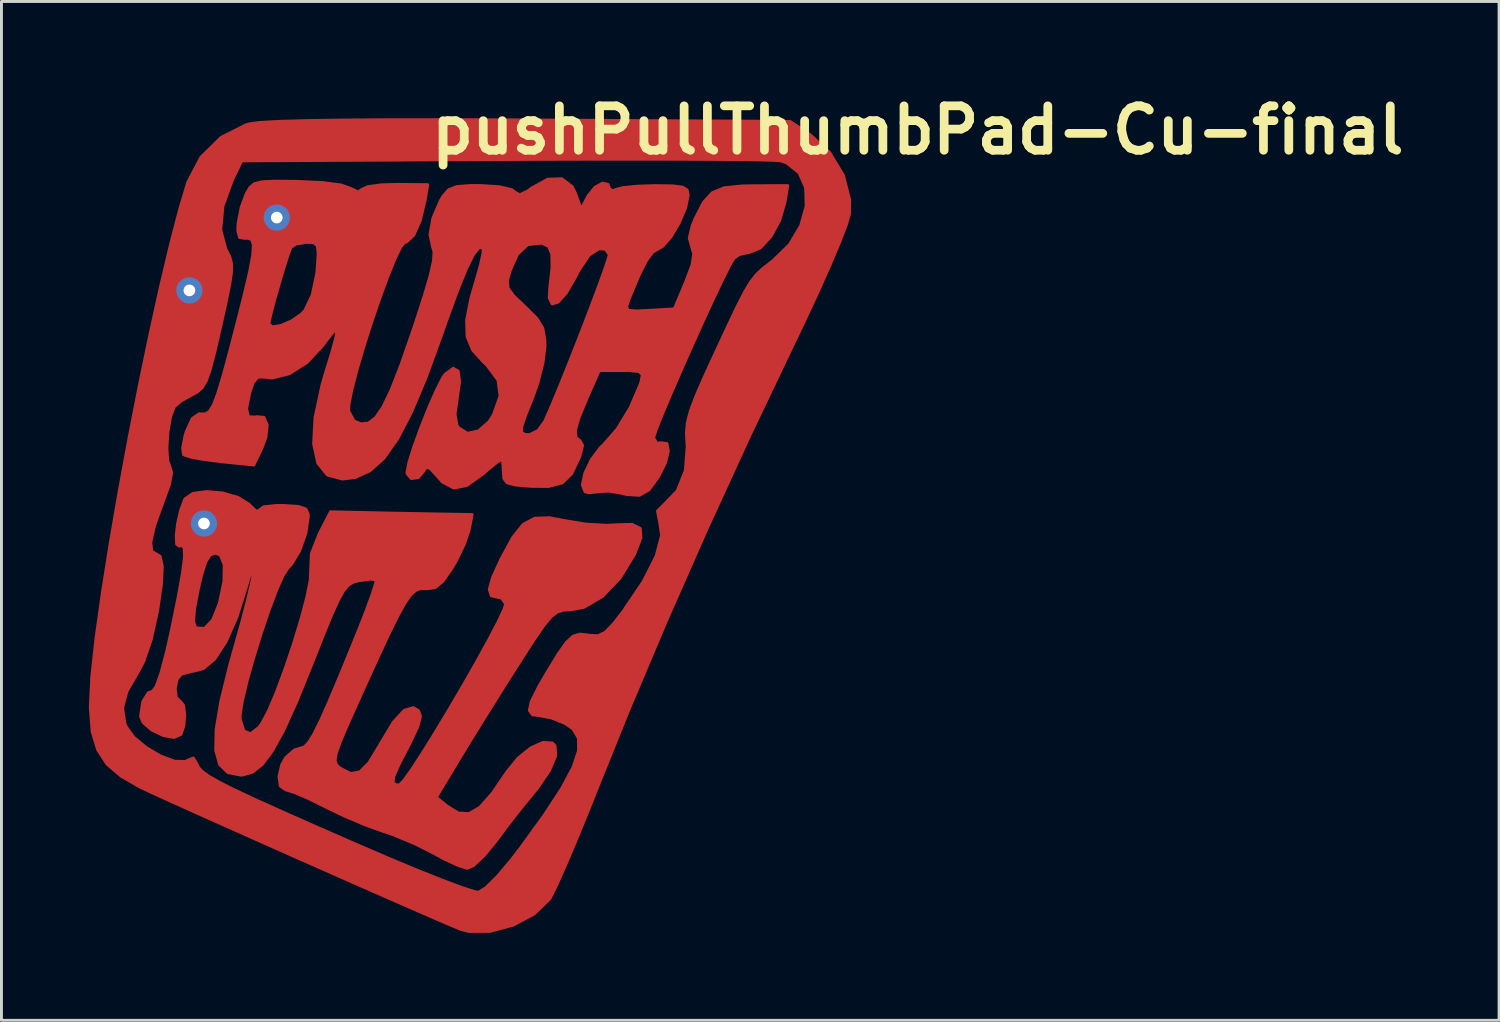
<source format=kicad_pcb>
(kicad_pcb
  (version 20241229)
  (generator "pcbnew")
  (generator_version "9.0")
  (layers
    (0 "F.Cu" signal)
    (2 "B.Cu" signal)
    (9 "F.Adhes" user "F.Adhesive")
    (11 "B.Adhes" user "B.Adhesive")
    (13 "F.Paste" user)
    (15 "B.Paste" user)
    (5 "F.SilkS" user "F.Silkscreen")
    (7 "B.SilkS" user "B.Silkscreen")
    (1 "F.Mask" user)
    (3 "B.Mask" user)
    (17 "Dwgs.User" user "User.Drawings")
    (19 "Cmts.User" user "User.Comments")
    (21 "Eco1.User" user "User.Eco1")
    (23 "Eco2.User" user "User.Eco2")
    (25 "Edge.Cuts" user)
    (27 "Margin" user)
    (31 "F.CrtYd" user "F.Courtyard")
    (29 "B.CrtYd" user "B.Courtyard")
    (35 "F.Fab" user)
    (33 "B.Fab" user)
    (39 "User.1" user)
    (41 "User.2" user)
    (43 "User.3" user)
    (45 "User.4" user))
  (footprint "pushPullThumbPad-Cu-final"
    (layer "F.Cu")
    (at 12.951 14.918)
    (property "Reference" "pushPullThumbPad-Cu-final" (at 15.5 -13.5 0) (layer "F.SilkS") (effects (font (size 1.524 1.524) (thickness 0.3))))
    (attr through_hole)
    (fp_poly (pts (xy 13.164 -11.103) (xy 13.154 -10.613) (xy 13.052 -10.26) (xy 12.819 -9.655) (xy 12.477 -8.845) (xy 12.046 -7.882) (xy 11.669 -7.074) (xy 11.669 -10.89) (xy 11.653 -11.516) (xy 11.43 -12.033) (xy 10.993 -12.38) (xy 10.783 -12.45) (xy 10.547 -12.466) (xy 10.005 -12.48) (xy 9.19 -12.491) (xy 8.135 -12.498) (xy 6.871 -12.503) (xy 5.433 -12.504) (xy 3.851 -12.502) (xy 2.16 -12.497) (xy 1.355 -12.493) (xy -7.705 -12.446) (xy -8.018 -11.805) (xy -8.348 -10.899) (xy -8.425 -10.08) (xy -8.246 -9.41) (xy -8.226 -9.373) (xy -8.114 -9.156) (xy -8.055 -8.931) (xy -8.055 -8.631) (xy -8.119 -8.191) (xy -8.251 -7.544) (xy -8.423 -6.773) (xy -8.625 -5.897) (xy -8.783 -5.292) (xy -8.921 -4.898) (xy -9.064 -4.657) (xy -9.236 -4.508) (xy -9.404 -4.419) (xy -9.788 -4.202) (xy -10.019 -4.008) (xy -10.022 -4.004) (xy -10.15 -3.654) (xy -10.237 -3.142) (xy -10.272 -2.598) (xy -10.244 -2.154) (xy -10.178 -1.969) (xy -10.109 -1.74) (xy -10.183 -1.343) (xy -10.413 -0.713) (xy -10.415 -0.707) (xy -10.697 0.073) (xy -10.824 0.637) (xy -10.793 0.955) (xy -10.686 1.016) (xy -10.505 1.124) (xy -10.43 1.469) (xy -10.459 2.078) (xy -10.59 2.981) (xy -10.595 3.008) (xy -10.81 3.983) (xy -11.071 4.742) (xy -11.251 5.08) (xy -11.646 5.767) (xy -11.794 6.329) (xy -11.717 6.853) (xy -11.675 6.965) (xy -11.412 7.335) (xy -10.982 7.692) (xy -10.481 7.986) (xy -10.003 8.162) (xy -9.642 8.169) (xy -9.568 8.129) (xy -9.364 8.05) (xy -9.242 8.255) (xy -9.181 8.381) (xy -9.058 8.514) (xy -8.841 8.671) (xy -8.501 8.867) (xy -8.005 9.117) (xy -7.325 9.438) (xy -6.428 9.844) (xy -5.284 10.351) (xy -3.862 10.975) (xy -3.725 11.034) (xy -2.654 11.495) (xy -1.671 11.904) (xy -0.824 12.242) (xy -0.16 12.491) (xy 0.276 12.632) (xy 0.421 12.658) (xy 0.675 12.503) (xy 1.069 12.113) (xy 1.557 11.535) (xy 1.834 11.176) (xy 2.665 10.03) (xy 3.273 9.103) (xy 3.667 8.369) (xy 3.857 7.8) (xy 3.854 7.37) (xy 3.666 7.051) (xy 3.395 6.862) (xy 2.941 6.679) (xy 2.558 6.604) (xy 2.276 6.564) (xy 2.167 6.414) (xy 2.236 6.107) (xy 2.49 5.598) (xy 2.748 5.153) (xy 3.149 4.494) (xy 3.439 4.081) (xy 3.675 3.866) (xy 3.912 3.798) (xy 4.206 3.83) (xy 4.249 3.839) (xy 4.523 3.853) (xy 4.769 3.736) (xy 5.063 3.433) (xy 5.38 3.023) (xy 6.075 1.996) (xy 6.52 1.118) (xy 6.707 0.407) (xy 6.63 -0.119) (xy 6.62 -0.139) (xy 6.567 -0.43) (xy 6.78 -0.642) (xy 7.243 -1.12) (xy 7.522 -1.816) (xy 7.586 -2.648) (xy 7.578 -2.753) (xy 7.559 -3.114) (xy 7.591 -3.462) (xy 7.695 -3.864) (xy 7.891 -4.386) (xy 8.201 -5.094) (xy 8.533 -5.815) (xy 8.977 -6.768) (xy 9.31 -7.466) (xy 9.564 -7.961) (xy 9.772 -8.305) (xy 9.965 -8.55) (xy 10.177 -8.747) (xy 10.438 -8.95) (xy 10.517 -9.008) (xy 11.096 -9.573) (xy 11.481 -10.222) (xy 11.669 -10.89) (xy 11.669 -7.074) (xy 11.547 -6.813) (xy 11.202 -6.096) (xy 9.722 -2.991) (xy 8.262 0.192) (xy 6.866 3.358) (xy 5.575 6.413) (xy 4.576 8.89) (xy 4.154 9.946) (xy 3.755 10.918) (xy 3.399 11.754) (xy 3.11 12.402) (xy 2.911 12.809) (xy 2.858 12.897) (xy 2.329 13.405) (xy 1.614 13.785) (xy 0.829 13.998) (xy 0.09 14.003) (xy -0.169 13.936) (xy -0.439 13.826) (xy -0.973 13.597) (xy -1.724 13.27) (xy -2.646 12.866) (xy -3.695 12.405) (xy -4.823 11.906) (xy -5.986 11.391) (xy -7.138 10.879) (xy -8.232 10.391) (xy -9.224 9.947) (xy -10.066 9.567) (xy -10.714 9.273) (xy -11.122 9.083) (xy -11.202 9.044) (xy -11.847 8.672) (xy -12.325 8.262) (xy -12.651 7.765) (xy -12.838 7.135) (xy -12.901 6.323) (xy -12.853 5.28) (xy -12.708 3.959) (xy -12.7 3.895) (xy -12.486 2.37) (xy -12.22 0.69) (xy -11.913 -1.091) (xy -11.575 -2.919) (xy -11.219 -4.737) (xy -10.854 -6.492) (xy -10.492 -8.128) (xy -10.145 -9.589) (xy -9.823 -10.822) (xy -9.554 -11.718) (xy -9.104 -12.573) (xy -8.411 -13.254) (xy -7.551 -13.687) (xy -7.451 -13.716) (xy -7.104 -13.763) (xy -6.443 -13.801) (xy -5.466 -13.829) (xy -4.167 -13.849) (xy -2.542 -13.859) (xy -0.588 -13.86) (xy 1.7 -13.853) (xy 2.173 -13.85) (xy 11.117 -13.801) (xy 11.803 -13.346) (xy 12.479 -12.728) (xy 12.949 -11.949) (xy 13.164 -11.103)) (stroke (width 0.1) (type solid)) (fill yes) (layer "F.Cu"))
    (fp_poly (pts (xy 5.998 0.493) (xy 5.784 1.045) (xy 5.772 1.07) (xy 5.273 1.884) (xy 4.68 2.502) (xy 4.05 2.875) (xy 3.593 2.963) (xy 3.339 2.974) (xy 3.129 3.038) (xy 2.919 3.198) (xy 2.667 3.5) (xy 2.331 3.988) (xy 1.867 4.709) (xy 1.738 4.911) (xy 1.193 5.773) (xy 0.632 6.672) (xy 0.121 7.497) (xy -0.263 8.128) (xy -1.026 9.398) (xy -0.664 9.694) (xy -0.27 9.937) (xy 0.094 9.96) (xy 0.471 9.74) (xy 0.902 9.253) (xy 1.391 8.536) (xy 1.779 8.055) (xy 2.22 7.7) (xy 2.638 7.513) (xy 2.958 7.535) (xy 3.051 7.625) (xy 3.075 7.969) (xy 2.86 8.479) (xy 2.43 9.108) (xy 2.227 9.353) (xy 1.874 9.785) (xy 1.428 10.359) (xy 1.039 10.88) (xy 0.617 11.4) (xy 0.257 11.736) (xy 0.037 11.835) (xy -0.264 11.744) (xy -0.733 11.527) (xy -1.101 11.327) (xy -1.774 10.986) (xy -2.515 10.679) (xy -2.834 10.572) (xy -3.457 10.35) (xy -4.202 10.032) (xy -4.836 9.725) (xy -5.412 9.441) (xy -5.891 9.234) (xy -6.178 9.145) (xy -6.193 9.144) (xy -6.38 9.009) (xy -6.426 8.683) (xy -6.332 8.28) (xy -6.195 8.035) (xy -5.898 7.776) (xy -5.674 7.706) (xy -5.552 7.665) (xy -5.412 7.521) (xy -5.237 7.24) (xy -5.011 6.788) (xy -4.718 6.132) (xy -4.34 5.237) (xy -3.861 4.07) (xy -3.698 3.668) (xy -3.427 2.979) (xy -3.222 2.416) (xy -3.106 2.044) (xy -3.093 1.931) (xy -3.29 1.912) (xy -3.67 1.962) (xy -3.688 1.965) (xy -3.882 2.018) (xy -4.047 2.118) (xy -4.209 2.311) (xy -4.393 2.641) (xy -4.624 3.154) (xy -4.927 3.894) (xy -5.324 4.898) (xy -5.833 6.149) (xy -6.268 7.107) (xy -6.65 7.803) (xy -6.997 8.268) (xy -7.332 8.534) (xy -7.674 8.633) (xy -7.744 8.636) (xy -8.178 8.549) (xy -8.462 8.275) (xy -8.597 7.791) (xy -8.584 7.076) (xy -8.423 6.106) (xy -8.117 4.861) (xy -7.959 4.297) (xy -7.716 3.431) (xy -7.513 2.659) (xy -7.368 2.05) (xy -7.297 1.674) (xy -7.292 1.61) (xy -7.335 1.571) (xy -7.435 1.808) (xy -7.551 2.201) (xy -7.875 3.224) (xy -8.244 4.058) (xy -8.306 4.153) (xy -8.306 1.419) (xy -8.439 1.086) (xy -8.61 1.016) (xy -8.791 1.082) (xy -8.94 1.321) (xy -9.087 1.794) (xy -9.191 2.241) (xy -9.325 2.932) (xy -9.358 3.354) (xy -9.294 3.562) (xy -9.265 3.586) (xy -8.976 3.6) (xy -8.701 3.309) (xy -8.474 2.746) (xy -8.471 2.733) (xy -8.315 1.984) (xy -8.306 1.419) (xy -8.306 4.153) (xy -8.634 4.658) (xy -9.019 4.978) (xy -9.114 5.009) (xy -9.532 5.107) (xy -9.779 5.173) (xy -9.926 5.352) (xy -9.987 5.668) (xy -9.952 5.967) (xy -9.821 6.096) (xy -9.702 6.238) (xy -9.659 6.573) (xy -9.693 6.961) (xy -9.794 7.243) (xy -10.032 7.345) (xy -10.405 7.275) (xy -10.797 7.085) (xy -11.091 6.829) (xy -11.176 6.616) (xy -11.103 6.119) (xy -10.913 5.812) (xy -10.764 5.757) (xy -10.641 5.595) (xy -10.477 5.131) (xy -10.283 4.398) (xy -10.104 3.598) (xy -9.88 2.497) (xy -9.736 1.693) (xy -9.669 1.154) (xy -9.676 0.849) (xy -9.755 0.747) (xy -9.847 0.778) (xy -9.938 0.713) (xy -9.953 0.421) (xy -9.905 0.001) (xy -9.804 -0.447) (xy -9.664 -0.824) (xy -9.654 -0.844) (xy -9.381 -1.032) (xy -8.912 -1.095) (xy -8.358 -1.047) (xy -7.833 -0.897) (xy -7.45 -0.658) (xy -7.412 -0.616) (xy -7.204 -0.417) (xy -7.116 -0.449) (xy -6.953 -0.572) (xy -6.494 -0.62) (xy -6.266 -0.618) (xy -5.758 -0.585) (xy -5.505 -0.5) (xy -5.423 -0.325) (xy -5.419 -0.237) (xy -5.504 0.34) (xy -5.719 0.942) (xy -6.004 1.414) (xy -6.113 1.524) (xy -6.284 1.786) (xy -6.512 2.302) (xy -6.774 2.999) (xy -7.045 3.801) (xy -7.303 4.634) (xy -7.524 5.424) (xy -7.684 6.097) (xy -7.759 6.577) (xy -7.759 6.714) (xy -7.629 7.124) (xy -7.397 7.217) (xy -7.103 6.986) (xy -7.017 6.866) (xy -6.778 6.414) (xy -6.5 5.752) (xy -6.205 4.955) (xy -5.918 4.1) (xy -5.664 3.262) (xy -5.467 2.517) (xy -5.352 1.941) (xy -5.338 1.629) (xy -5.315 1.039) (xy -5.045 0.35) (xy -4.657 -0.401) (xy -3.217 -0.37) (xy -2.39 -0.353) (xy -1.545 -0.337) (xy -0.85 -0.324) (xy -0.786 -0.323) (xy 0.205 -0.307) (xy 0.099 0.228) (xy -0.055 0.69) (xy -0.325 1.255) (xy -0.481 1.524) (xy -0.799 1.983) (xy -1.062 2.2) (xy -1.356 2.242) (xy -1.404 2.238) (xy -1.576 2.237) (xy -1.737 2.298) (xy -1.906 2.454) (xy -2.106 2.74) (xy -2.355 3.191) (xy -2.675 3.841) (xy -3.086 4.725) (xy -3.608 5.877) (xy -3.735 6.158) (xy -4.102 6.979) (xy -4.342 7.548) (xy -4.469 7.919) (xy -4.499 8.148) (xy -4.444 8.291) (xy -4.319 8.402) (xy -4.313 8.407) (xy -3.961 8.583) (xy -3.65 8.526) (xy -3.334 8.207) (xy -2.964 7.595) (xy -2.941 7.553) (xy -2.502 6.822) (xy -2.128 6.414) (xy -1.813 6.321) (xy -1.635 6.425) (xy -1.569 6.617) (xy -1.655 6.959) (xy -1.91 7.509) (xy -1.995 7.671) (xy -2.317 8.297) (xy -2.486 8.684) (xy -2.514 8.888) (xy -2.414 8.966) (xy -2.295 8.975) (xy -2.151 8.835) (xy -1.876 8.451) (xy -1.501 7.875) (xy -1.057 7.161) (xy -0.577 6.362) (xy -0.089 5.53) (xy 0.373 4.719) (xy 0.779 3.982) (xy 1.099 3.371) (xy 1.3 2.941) (xy 1.355 2.76) (xy 1.219 2.563) (xy 1.111 2.54) (xy 0.862 2.479) (xy 0.792 2.266) (xy 0.903 1.859) (xy 1.198 1.213) (xy 1.205 1.199) (xy 1.6 0.476) (xy 1.958 0.03) (xy 2.351 -0.18) (xy 2.852 -0.198) (xy 3.413 -0.093) (xy 4.104 0.021) (xy 4.806 0.062) (xy 5.127 0.046) (xy 5.692 0.03) (xy 5.975 0.167) (xy 5.998 0.493)) (stroke (width 0.1) (type solid)) (fill yes) (layer "F.Cu"))
    (fp_poly (pts (xy 11.037 -11.599) (xy 10.947 -11.042) (xy 10.762 -10.405) (xy 10.458 -9.847) (xy 10.094 -9.455) (xy 9.744 -9.313) (xy 9.365 -9.228) (xy 9.188 -9.102) (xy 9.043 -8.853) (xy 8.798 -8.363) (xy 8.479 -7.691) (xy 8.114 -6.898) (xy 7.728 -6.043) (xy 7.349 -5.188) (xy 7.003 -4.391) (xy 6.718 -3.713) (xy 6.52 -3.213) (xy 6.436 -2.952) (xy 6.435 -2.939) (xy 6.541 -2.752) (xy 6.689 -2.771) (xy 6.891 -2.742) (xy 6.939 -2.487) (xy 6.838 -2.079) (xy 6.601 -1.603) (xy 6.27 -1.152) (xy 5.945 -0.966) (xy 5.51 -0.995) (xy 5.334 -1.039) (xy 4.875 -1.112) (xy 4.531 -1.087) (xy 4.199 -1.055) (xy 4.078 -1.092) (xy 3.988 -1.324) (xy 4.07 -1.719) (xy 4.286 -2.176) (xy 4.594 -2.593) (xy 4.716 -2.709) (xy 5.183 -3.243) (xy 5.628 -3.975) (xy 5.969 -4.768) (xy 6.001 -4.868) (xy 6.046 -5.101) (xy 5.94 -5.212) (xy 5.608 -5.247) (xy 5.343 -5.249) (xy 4.911 -5.249) (xy 4.911 -9.23) (xy 4.777 -9.418) (xy 4.554 -9.426) (xy 4.227 -9.218) (xy 3.868 -8.684) (xy 3.749 -8.453) (xy 3.437 -7.911) (xy 3.158 -7.599) (xy 2.951 -7.536) (xy 2.851 -7.737) (xy 2.865 -8.043) (xy 2.947 -8.782) (xy 2.939 -9.25) (xy 2.83 -9.509) (xy 2.607 -9.617) (xy 2.573 -9.623) (xy 2.11 -9.569) (xy 1.759 -9.238) (xy 1.513 -8.687) (xy 1.414 -8.332) (xy 1.438 -8.078) (xy 1.628 -7.815) (xy 2.012 -7.45) (xy 2.425 -7.039) (xy 2.632 -6.699) (xy 2.702 -6.3) (xy 2.705 -6.073) (xy 2.635 -5.507) (xy 2.459 -4.814) (xy 2.283 -4.318) (xy 2.031 -3.692) (xy 1.906 -3.315) (xy 1.903 -3.124) (xy 2.018 -3.056) (xy 2.174 -3.048) (xy 2.467 -3.191) (xy 2.699 -3.514) (xy 2.926 -4.034) (xy 3.214 -4.728) (xy 3.539 -5.535) (xy 3.877 -6.392) (xy 4.203 -7.237) (xy 4.493 -8.006) (xy 4.724 -8.638) (xy 4.87 -9.069) (xy 4.911 -9.23) (xy 4.911 -5.249) (xy 4.568 -5.249) (xy 4.147 -4.297) (xy 3.868 -3.622) (xy 3.747 -3.189) (xy 3.773 -2.945) (xy 3.905 -2.847) (xy 3.996 -2.679) (xy 3.893 -2.283) (xy 3.623 -1.71) (xy 3.296 -1.391) (xy 2.816 -1.269) (xy 2.231 -1.275) (xy 1.687 -1.321) (xy 1.401 -1.397) (xy 1.291 -1.546) (xy 1.277 -1.769) (xy 1.258 -2.092) (xy 1.214 -2.201) (xy 1.058 -2.1) (xy 0.741 -1.843) (xy 0.567 -1.693) (xy 0.021 -1.305) (xy -0.424 -1.216) (xy -0.818 -1.426) (xy -1.001 -1.629) (xy -1.249 -1.905) (xy -1.386 -1.922) (xy -1.455 -1.798) (xy -1.648 -1.573) (xy -1.886 -1.542) (xy -2.028 -1.713) (xy -2.032 -1.766) (xy -1.967 -2.095) (xy -1.797 -2.635) (xy -1.559 -3.29) (xy -1.29 -3.966) (xy -1.028 -4.566) (xy -0.811 -4.995) (xy -0.721 -5.125) (xy -0.444 -5.326) (xy -0.275 -5.23) (xy -0.227 -4.865) (xy -0.3 -4.338) (xy -0.382 -3.75) (xy -0.317 -3.377) (xy -0.262 -3.285) (xy 0.045 -3.096) (xy 0.423 -3.178) (xy 0.787 -3.498) (xy 0.933 -3.729) (xy 1.163 -4.375) (xy 1.093 -4.918) (xy 0.709 -5.434) (xy 0.593 -5.542) (xy 0.223 -5.951) (xy 0.032 -6.406) (xy 0.014 -6.977) (xy 0.163 -7.735) (xy 0.332 -8.317) (xy 0.489 -8.871) (xy 0.579 -9.285) (xy 0.582 -9.465) (xy 0.442 -9.471) (xy 0.254 -9.238) (xy 0.009 -8.746) (xy -0.304 -7.974) (xy -0.695 -6.901) (xy -0.831 -6.509) (xy -1.379 -5.006) (xy -1.882 -3.811) (xy -2.358 -2.897) (xy -2.826 -2.237) (xy -3.304 -1.807) (xy -3.809 -1.579) (xy -4.249 -1.525) (xy -4.764 -1.664) (xy -5.094 -2.072) (xy -5.237 -2.734) (xy -5.189 -3.633) (xy -4.949 -4.752) (xy -4.829 -5.165) (xy -4.591 -5.943) (xy -4.462 -6.424) (xy -4.444 -6.634) (xy -4.538 -6.599) (xy -4.748 -6.344) (xy -4.921 -6.108) (xy -5.08 -5.938) (xy -5.08 -9.248) (xy -5.108 -9.527) (xy -5.23 -9.635) (xy -5.472 -9.652) (xy -5.84 -9.592) (xy -6.013 -9.48) (xy -6.101 -9.253) (xy -6.245 -8.804) (xy -6.414 -8.237) (xy -6.578 -7.657) (xy -6.707 -7.168) (xy -6.771 -6.876) (xy -6.773 -6.849) (xy -6.651 -6.748) (xy -6.353 -6.797) (xy -5.986 -6.957) (xy -5.654 -7.188) (xy -5.535 -7.317) (xy -5.282 -7.849) (xy -5.129 -8.581) (xy -5.116 -8.714) (xy -5.08 -9.248) (xy -5.08 -5.938) (xy -5.462 -5.527) (xy -6.069 -5.14) (xy -6.657 -4.993) (xy -6.903 -5.021) (xy -7.152 -5.026) (xy -7.316 -4.827) (xy -7.432 -4.477) (xy -7.538 -3.933) (xy -7.472 -3.664) (xy -7.228 -3.653) (xy -7.193 -3.666) (xy -6.941 -3.643) (xy -6.83 -3.383) (xy -6.872 -2.96) (xy -7.007 -2.596) (xy -7.288 -2.006) (xy -8.428 -2.123) (xy -9.024 -2.199) (xy -9.482 -2.285) (xy -9.699 -2.361) (xy -9.733 -2.583) (xy -9.657 -2.99) (xy -9.61 -3.146) (xy -9.403 -3.603) (xy -9.172 -3.763) (xy -9.097 -3.76) (xy -8.947 -3.761) (xy -8.815 -3.846) (xy -8.683 -4.058) (xy -8.536 -4.438) (xy -8.356 -5.028) (xy -8.127 -5.869) (xy -7.881 -6.817) (xy -7.609 -7.891) (xy -7.425 -8.68) (xy -7.325 -9.225) (xy -7.304 -9.565) (xy -7.359 -9.741) (xy -7.484 -9.794) (xy -7.578 -9.786) (xy -7.778 -9.816) (xy -7.84 -10.053) (xy -7.829 -10.3) (xy -7.723 -10.854) (xy -7.55 -11.316) (xy -7.426 -11.529) (xy -7.272 -11.66) (xy -7.013 -11.728) (xy -6.574 -11.75) (xy -5.881 -11.743) (xy -5.768 -11.741) (xy -4.913 -11.701) (xy -4.296 -11.619) (xy -3.965 -11.502) (xy -3.959 -11.498) (xy -3.7 -11.378) (xy -3.585 -11.466) (xy -3.366 -11.562) (xy -2.907 -11.624) (xy -2.395 -11.639) (xy -1.319 -11.629) (xy -1.407 -11.106) (xy -1.575 -10.399) (xy -1.797 -9.898) (xy -2.045 -9.663) (xy -2.108 -9.652) (xy -2.241 -9.499) (xy -2.443 -9.083) (xy -2.693 -8.466) (xy -2.97 -7.711) (xy -3.253 -6.882) (xy -3.521 -6.041) (xy -3.753 -5.251) (xy -3.928 -4.576) (xy -4.025 -4.078) (xy -4.034 -3.86) (xy -3.845 -3.512) (xy -3.603 -3.418) (xy -3.353 -3.447) (xy -3.11 -3.631) (xy -2.856 -4.002) (xy -2.572 -4.594) (xy -2.242 -5.44) (xy -1.846 -6.574) (xy -1.755 -6.844) (xy -1.438 -7.82) (xy -1.231 -8.528) (xy -1.123 -9.014) (xy -1.103 -9.324) (xy -1.154 -9.496) (xy -1.242 -9.912) (xy -1.144 -10.48) (xy -0.883 -11.088) (xy -0.787 -11.246) (xy -0.601 -11.454) (xy -0.328 -11.563) (xy 0.132 -11.6) (xy 0.499 -11.6) (xy 1.143 -11.558) (xy 1.561 -11.458) (xy 1.674 -11.376) (xy 1.839 -11.281) (xy 2.125 -11.422) (xy 2.241 -11.51) (xy 2.799 -11.818) (xy 3.281 -11.833) (xy 3.641 -11.561) (xy 3.759 -11.321) (xy 3.945 -10.789) (xy 4.179 -11.237) (xy 4.416 -11.536) (xy 4.68 -11.683) (xy 4.871 -11.64) (xy 4.911 -11.505) (xy 5.017 -11.415) (xy 5.122 -11.46) (xy 5.391 -11.529) (xy 5.889 -11.578) (xy 6.477 -11.597) (xy 7.087 -11.588) (xy 7.433 -11.544) (xy 7.586 -11.444) (xy 7.62 -11.272) (xy 7.534 -10.838) (xy 7.316 -10.323) (xy 7.032 -9.842) (xy 6.743 -9.511) (xy 6.608 -9.435) (xy 6.404 -9.315) (xy 6.191 -9.03) (xy 5.939 -8.531) (xy 5.618 -7.765) (xy 5.574 -7.654) (xy 5.503 -7.426) (xy 5.572 -7.317) (xy 5.85 -7.294) (xy 6.282 -7.315) (xy 7.143 -7.366) (xy 7.532 -8.288) (xy 7.752 -8.876) (xy 7.812 -9.257) (xy 7.738 -9.501) (xy 7.657 -9.795) (xy 7.754 -10.211) (xy 7.868 -10.486) (xy 8.145 -11.023) (xy 8.443 -11.352) (xy 8.852 -11.522) (xy 9.464 -11.585) (xy 9.854 -11.592) (xy 11.037 -11.599)) (stroke (width 0.1) (type solid)) (fill yes) (layer "F.Cu"))
    (pad "1" thru_hole circle (at -9.5 -8) (size 0.9 0.9) (drill 0.4) (layers "*.Cu" "B.Mask"))
    (pad "2" thru_hole circle (at -6.5 -10.5) (size 0.9 0.9) (drill 0.4) (layers "*.Cu" "B.Mask"))
    (pad "3" thru_hole circle (at -9 0) (size 0.9 0.9) (drill 0.4) (layers "*.Cu" "B.Mask")))
  (gr_rect
    (start -3 -3)
    (end 48.404 31.971)
    (stroke (width 0.1) (type default))
    (fill no)
    (layer "Edge.Cuts")))
</source>
